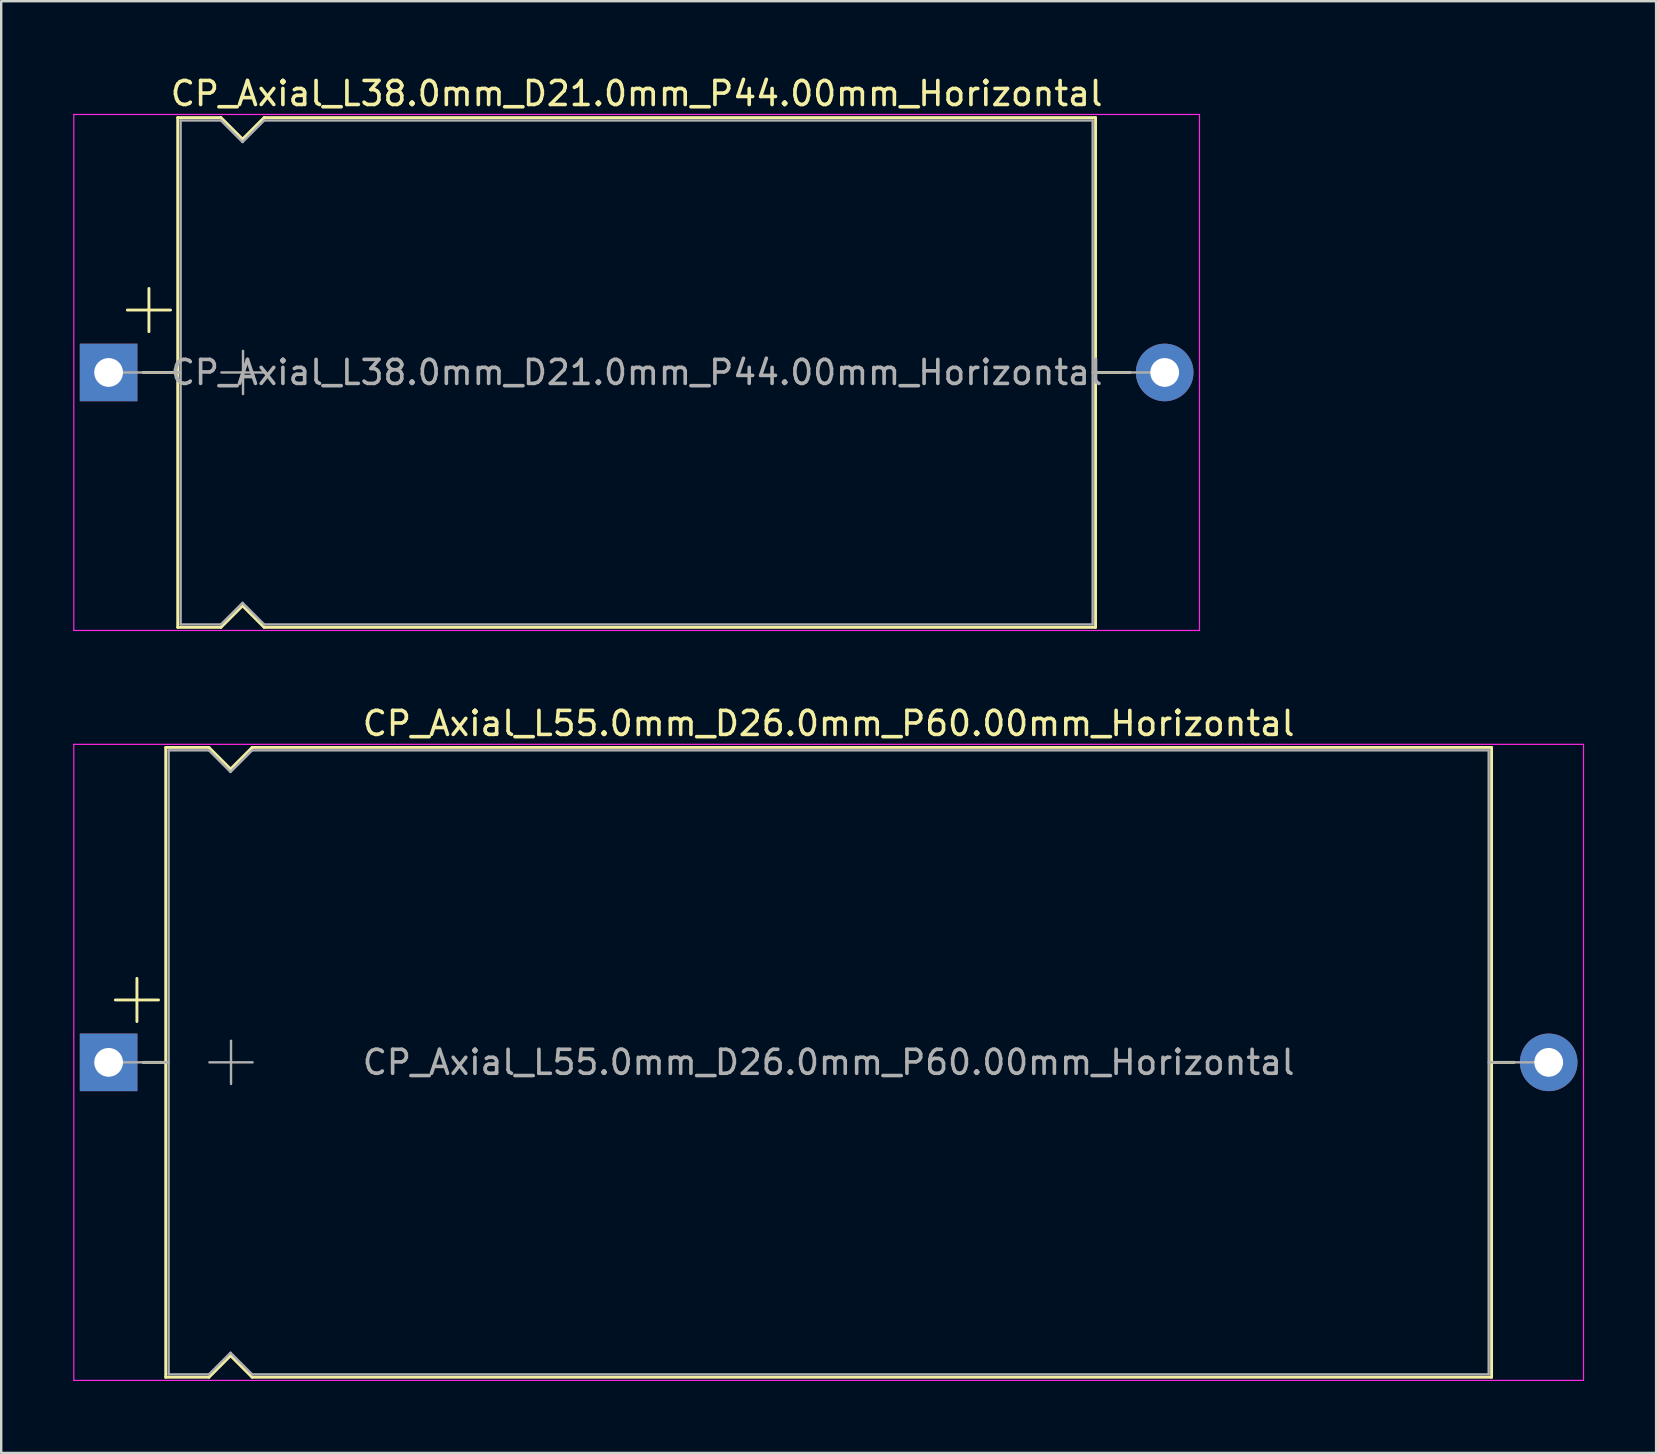
<source format=kicad_pcb>
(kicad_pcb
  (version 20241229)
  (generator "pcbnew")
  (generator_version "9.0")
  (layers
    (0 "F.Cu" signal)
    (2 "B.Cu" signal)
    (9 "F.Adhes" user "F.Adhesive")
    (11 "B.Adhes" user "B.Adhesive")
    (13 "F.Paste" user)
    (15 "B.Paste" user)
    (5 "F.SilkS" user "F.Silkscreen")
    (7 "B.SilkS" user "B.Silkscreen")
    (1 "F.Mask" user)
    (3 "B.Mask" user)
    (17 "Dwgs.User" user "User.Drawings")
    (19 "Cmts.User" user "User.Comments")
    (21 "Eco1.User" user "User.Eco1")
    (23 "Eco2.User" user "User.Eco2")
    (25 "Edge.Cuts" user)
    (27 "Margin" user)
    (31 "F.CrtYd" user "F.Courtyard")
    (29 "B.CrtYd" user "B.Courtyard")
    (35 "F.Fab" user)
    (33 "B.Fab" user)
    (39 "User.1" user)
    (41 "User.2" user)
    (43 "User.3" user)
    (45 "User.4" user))
  (footprint "CP_Axial_L38.0mm_D21.0mm_P44.00mm_Horizontal"
    (layer "F.Cu")
    (at 1.475 12.468)
    (property "Reference" "CP_Axial_L38.0mm_D21.0mm_P44.00mm_Horizontal" (at 22 -11.62 0) (layer "F.SilkS") (effects (font (size 1 1) (thickness 0.15))))
    (attr through_hole)
    (fp_line (start 0.78 -2.6) (end 2.58 -2.6) (stroke (width 0.12) (type solid)) (layer "F.SilkS"))
    (fp_line (start 1.44 0) (end 2.88 0) (stroke (width 0.12) (type solid)) (layer "F.SilkS"))
    (fp_line (start 1.68 -3.5) (end 1.68 -1.7) (stroke (width 0.12) (type solid)) (layer "F.SilkS"))
    (fp_line (start 2.88 -10.62) (end 2.88 10.62) (stroke (width 0.12) (type solid)) (layer "F.SilkS"))
    (fp_line (start 2.88 -10.62) (end 4.68 -10.62) (stroke (width 0.12) (type solid)) (layer "F.SilkS"))
    (fp_line (start 2.88 10.62) (end 4.68 10.62) (stroke (width 0.12) (type solid)) (layer "F.SilkS"))
    (fp_line (start 4.68 -10.62) (end 5.58 -9.72) (stroke (width 0.12) (type solid)) (layer "F.SilkS"))
    (fp_line (start 4.68 10.62) (end 5.58 9.72) (stroke (width 0.12) (type solid)) (layer "F.SilkS"))
    (fp_line (start 5.58 -9.72) (end 6.48 -10.62) (stroke (width 0.12) (type solid)) (layer "F.SilkS"))
    (fp_line (start 5.58 9.72) (end 6.48 10.62) (stroke (width 0.12) (type solid)) (layer "F.SilkS"))
    (fp_line (start 6.48 -10.62) (end 41.12 -10.62) (stroke (width 0.12) (type solid)) (layer "F.SilkS"))
    (fp_line (start 6.48 10.62) (end 41.12 10.62) (stroke (width 0.12) (type solid)) (layer "F.SilkS"))
    (fp_line (start 41.12 -10.62) (end 41.12 10.62) (stroke (width 0.12) (type solid)) (layer "F.SilkS"))
    (fp_line (start 42.56 0) (end 41.12 0) (stroke (width 0.12) (type solid)) (layer "F.SilkS"))
    (fp_line (start -1.45 -10.75) (end -1.45 10.75) (stroke (width 0.05) (type solid)) (layer "F.CrtYd"))
    (fp_line (start -1.45 10.75) (end 45.45 10.75) (stroke (width 0.05) (type solid)) (layer "F.CrtYd"))
    (fp_line (start 45.45 -10.75) (end -1.45 -10.75) (stroke (width 0.05) (type solid)) (layer "F.CrtYd"))
    (fp_line (start 45.45 10.75) (end 45.45 -10.75) (stroke (width 0.05) (type solid)) (layer "F.CrtYd"))
    (fp_line (start 0 0) (end 3 0) (stroke (width 0.1) (type solid)) (layer "F.Fab"))
    (fp_line (start 3 -10.5) (end 3 10.5) (stroke (width 0.1) (type solid)) (layer "F.Fab"))
    (fp_line (start 3 -10.5) (end 4.68 -10.5) (stroke (width 0.1) (type solid)) (layer "F.Fab"))
    (fp_line (start 3 10.5) (end 4.68 10.5) (stroke (width 0.1) (type solid)) (layer "F.Fab"))
    (fp_line (start 4.68 -10.5) (end 5.58 -9.6) (stroke (width 0.1) (type solid)) (layer "F.Fab"))
    (fp_line (start 4.68 10.5) (end 5.58 9.6) (stroke (width 0.1) (type solid)) (layer "F.Fab"))
    (fp_line (start 4.7 0) (end 6.5 0) (stroke (width 0.1) (type solid)) (layer "F.Fab"))
    (fp_line (start 5.58 -9.6) (end 6.48 -10.5) (stroke (width 0.1) (type solid)) (layer "F.Fab"))
    (fp_line (start 5.58 9.6) (end 6.48 10.5) (stroke (width 0.1) (type solid)) (layer "F.Fab"))
    (fp_line (start 5.6 -0.9) (end 5.6 0.9) (stroke (width 0.1) (type solid)) (layer "F.Fab"))
    (fp_line (start 6.48 -10.5) (end 41 -10.5) (stroke (width 0.1) (type solid)) (layer "F.Fab"))
    (fp_line (start 6.48 10.5) (end 41 10.5) (stroke (width 0.1) (type solid)) (layer "F.Fab"))
    (fp_line (start 41 -10.5) (end 41 10.5) (stroke (width 0.1) (type solid)) (layer "F.Fab"))
    (fp_line (start 44 0) (end 41 0) (stroke (width 0.1) (type solid)) (layer "F.Fab"))
    (fp_text user "${REFERENCE}" (at 22 0 0) (layer "F.Fab") (effects (font (size 1 1) (thickness 0.15))))
    (pad "1" thru_hole rect (at 0 0) (size 2.4 2.4) (drill 1.2) (layers "*.Cu" "*.Mask"))
    (pad "2" thru_hole oval (at 44 0) (size 2.4 2.4) (drill 1.2) (layers "*.Cu" "*.Mask")))
  (footprint "CP_Axial_L55.0mm_D26.0mm_P60.00mm_Horizontal"
    (layer "F.Cu")
    (at 1.475 41.212)
    (property "Reference" "CP_Axial_L55.0mm_D26.0mm_P60.00mm_Horizontal" (at 30 -14.12 0) (layer "F.SilkS") (effects (font (size 1 1) (thickness 0.15))))
    (attr through_hole)
    (fp_line (start 0.28 -2.6) (end 2.08 -2.6) (stroke (width 0.12) (type solid)) (layer "F.SilkS"))
    (fp_line (start 1.18 -3.5) (end 1.18 -1.7) (stroke (width 0.12) (type solid)) (layer "F.SilkS"))
    (fp_line (start 1.44 0) (end 2.38 0) (stroke (width 0.12) (type solid)) (layer "F.SilkS"))
    (fp_line (start 2.38 -13.12) (end 2.38 13.12) (stroke (width 0.12) (type solid)) (layer "F.SilkS"))
    (fp_line (start 2.38 -13.12) (end 4.18 -13.12) (stroke (width 0.12) (type solid)) (layer "F.SilkS"))
    (fp_line (start 2.38 13.12) (end 4.18 13.12) (stroke (width 0.12) (type solid)) (layer "F.SilkS"))
    (fp_line (start 4.18 -13.12) (end 5.08 -12.22) (stroke (width 0.12) (type solid)) (layer "F.SilkS"))
    (fp_line (start 4.18 13.12) (end 5.08 12.22) (stroke (width 0.12) (type solid)) (layer "F.SilkS"))
    (fp_line (start 5.08 -12.22) (end 5.98 -13.12) (stroke (width 0.12) (type solid)) (layer "F.SilkS"))
    (fp_line (start 5.08 12.22) (end 5.98 13.12) (stroke (width 0.12) (type solid)) (layer "F.SilkS"))
    (fp_line (start 5.98 -13.12) (end 57.62 -13.12) (stroke (width 0.12) (type solid)) (layer "F.SilkS"))
    (fp_line (start 5.98 13.12) (end 57.62 13.12) (stroke (width 0.12) (type solid)) (layer "F.SilkS"))
    (fp_line (start 57.62 -13.12) (end 57.62 13.12) (stroke (width 0.12) (type solid)) (layer "F.SilkS"))
    (fp_line (start 58.56 0) (end 57.62 0) (stroke (width 0.12) (type solid)) (layer "F.SilkS"))
    (fp_line (start -1.45 -13.25) (end -1.45 13.25) (stroke (width 0.05) (type solid)) (layer "F.CrtYd"))
    (fp_line (start -1.45 13.25) (end 61.45 13.25) (stroke (width 0.05) (type solid)) (layer "F.CrtYd"))
    (fp_line (start 61.45 -13.25) (end -1.45 -13.25) (stroke (width 0.05) (type solid)) (layer "F.CrtYd"))
    (fp_line (start 61.45 13.25) (end 61.45 -13.25) (stroke (width 0.05) (type solid)) (layer "F.CrtYd"))
    (fp_line (start 0 0) (end 2.5 0) (stroke (width 0.1) (type solid)) (layer "F.Fab"))
    (fp_line (start 2.5 -13) (end 2.5 13) (stroke (width 0.1) (type solid)) (layer "F.Fab"))
    (fp_line (start 2.5 -13) (end 4.18 -13) (stroke (width 0.1) (type solid)) (layer "F.Fab"))
    (fp_line (start 2.5 13) (end 4.18 13) (stroke (width 0.1) (type solid)) (layer "F.Fab"))
    (fp_line (start 4.18 -13) (end 5.08 -12.1) (stroke (width 0.1) (type solid)) (layer "F.Fab"))
    (fp_line (start 4.18 13) (end 5.08 12.1) (stroke (width 0.1) (type solid)) (layer "F.Fab"))
    (fp_line (start 4.2 0) (end 6 0) (stroke (width 0.1) (type solid)) (layer "F.Fab"))
    (fp_line (start 5.08 -12.1) (end 5.98 -13) (stroke (width 0.1) (type solid)) (layer "F.Fab"))
    (fp_line (start 5.08 12.1) (end 5.98 13) (stroke (width 0.1) (type solid)) (layer "F.Fab"))
    (fp_line (start 5.1 -0.9) (end 5.1 0.9) (stroke (width 0.1) (type solid)) (layer "F.Fab"))
    (fp_line (start 5.98 -13) (end 57.5 -13) (stroke (width 0.1) (type solid)) (layer "F.Fab"))
    (fp_line (start 5.98 13) (end 57.5 13) (stroke (width 0.1) (type solid)) (layer "F.Fab"))
    (fp_line (start 57.5 -13) (end 57.5 13) (stroke (width 0.1) (type solid)) (layer "F.Fab"))
    (fp_line (start 60 0) (end 57.5 0) (stroke (width 0.1) (type solid)) (layer "F.Fab"))
    (fp_text user "${REFERENCE}" (at 30 0 0) (layer "F.Fab") (effects (font (size 1 1) (thickness 0.15))))
    (pad "1" thru_hole rect (at 0 0) (size 2.4 2.4) (drill 1.2) (layers "*.Cu" "*.Mask"))
    (pad "2" thru_hole oval (at 60 0) (size 2.4 2.4) (drill 1.2) (layers "*.Cu" "*.Mask")))
  (gr_rect
    (start -3 -3)
    (end 65.95 57.486)
    (stroke (width 0.1) (type default))
    (fill no)
    (layer "Edge.Cuts")))
</source>
